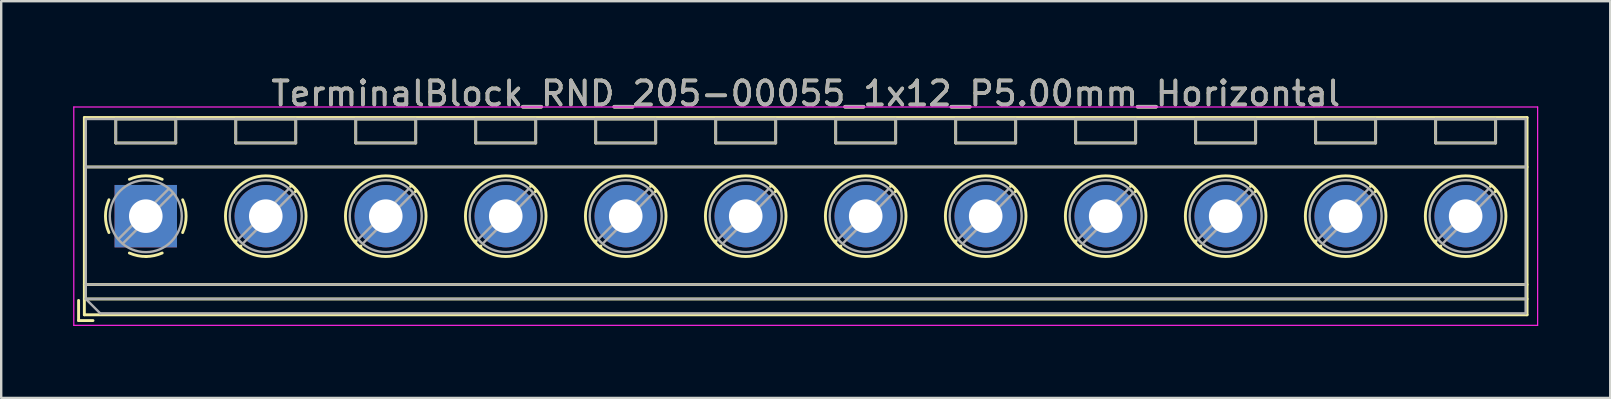
<source format=kicad_pcb>
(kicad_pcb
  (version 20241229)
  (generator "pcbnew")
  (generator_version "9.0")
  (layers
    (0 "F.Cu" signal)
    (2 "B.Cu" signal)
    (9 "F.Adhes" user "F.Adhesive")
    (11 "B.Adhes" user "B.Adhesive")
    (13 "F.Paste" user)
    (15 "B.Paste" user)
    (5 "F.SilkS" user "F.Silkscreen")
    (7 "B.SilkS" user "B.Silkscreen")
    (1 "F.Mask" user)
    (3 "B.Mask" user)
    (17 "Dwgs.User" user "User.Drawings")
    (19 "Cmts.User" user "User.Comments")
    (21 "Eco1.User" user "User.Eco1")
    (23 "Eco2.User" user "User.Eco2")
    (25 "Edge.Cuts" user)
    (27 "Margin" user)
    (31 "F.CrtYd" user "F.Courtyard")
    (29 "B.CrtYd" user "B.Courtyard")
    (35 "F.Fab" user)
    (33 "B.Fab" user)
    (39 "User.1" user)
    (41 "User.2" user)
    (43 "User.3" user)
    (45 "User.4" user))
  (footprint "TerminalBlock_RND_205-00055_1x12_P5.00mm_Horizontal"
    (layer "F.Cu")
    (at 3.025 5.958)
    (property "Reference" "TerminalBlock_RND_205-00055_1x12_P5.00mm_Horizontal" (at 27.5 -5.11 0) (layer "F.SilkS") (effects (font (size 1 1) (thickness 0.15))))
    (attr through_hole)
    (fp_line (start -2.8 3.51) (end -2.8 4.35) (stroke (width 0.12) (type solid)) (layer "F.SilkS"))
    (fp_line (start -2.8 4.35) (end -2.2 4.35) (stroke (width 0.12) (type solid)) (layer "F.SilkS"))
    (fp_line (start -2.56 -4.11) (end -2.56 4.11) (stroke (width 0.12) (type solid)) (layer "F.SilkS"))
    (fp_line (start -2.56 -4.11) (end 57.56 -4.11) (stroke (width 0.12) (type solid)) (layer "F.SilkS"))
    (fp_line (start -2.56 -2.05) (end 57.56 -2.05) (stroke (width 0.12) (type solid)) (layer "F.SilkS"))
    (fp_line (start -2.56 2.85) (end 57.56 2.85) (stroke (width 0.12) (type solid)) (layer "F.SilkS"))
    (fp_line (start -2.56 3.45) (end 57.56 3.45) (stroke (width 0.12) (type solid)) (layer "F.SilkS"))
    (fp_line (start -2.56 4.11) (end 57.56 4.11) (stroke (width 0.12) (type solid)) (layer "F.SilkS"))
    (fp_line (start -1.25 -4.05) (end -1.25 -3.05) (stroke (width 0.12) (type solid)) (layer "F.SilkS"))
    (fp_line (start -1.25 -4.05) (end 1.25 -4.05) (stroke (width 0.12) (type solid)) (layer "F.SilkS"))
    (fp_line (start -1.25 -3.05) (end 1.25 -3.05) (stroke (width 0.12) (type solid)) (layer "F.SilkS"))
    (fp_line (start 1.25 -4.05) (end 1.25 -3.05) (stroke (width 0.12) (type solid)) (layer "F.SilkS"))
    (fp_line (start 3.75 -4.05) (end 3.75 -3.05) (stroke (width 0.12) (type solid)) (layer "F.SilkS"))
    (fp_line (start 3.75 -4.05) (end 6.25 -4.05) (stroke (width 0.12) (type solid)) (layer "F.SilkS"))
    (fp_line (start 3.75 -3.05) (end 6.25 -3.05) (stroke (width 0.12) (type solid)) (layer "F.SilkS"))
    (fp_line (start 3.773 1.023) (end 3.726 1.069) (stroke (width 0.12) (type solid)) (layer "F.SilkS"))
    (fp_line (start 3.966 1.239) (end 3.931 1.274) (stroke (width 0.12) (type solid)) (layer "F.SilkS"))
    (fp_line (start 6.07 -1.275) (end 6.035 -1.239) (stroke (width 0.12) (type solid)) (layer "F.SilkS"))
    (fp_line (start 6.25 -4.05) (end 6.25 -3.05) (stroke (width 0.12) (type solid)) (layer "F.SilkS"))
    (fp_line (start 6.275 -1.069) (end 6.228 -1.023) (stroke (width 0.12) (type solid)) (layer "F.SilkS"))
    (fp_line (start 8.75 -4.05) (end 8.75 -3.05) (stroke (width 0.12) (type solid)) (layer "F.SilkS"))
    (fp_line (start 8.75 -4.05) (end 11.25 -4.05) (stroke (width 0.12) (type solid)) (layer "F.SilkS"))
    (fp_line (start 8.75 -3.05) (end 11.25 -3.05) (stroke (width 0.12) (type solid)) (layer "F.SilkS"))
    (fp_line (start 8.773 1.023) (end 8.726 1.069) (stroke (width 0.12) (type solid)) (layer "F.SilkS"))
    (fp_line (start 8.966 1.239) (end 8.931 1.274) (stroke (width 0.12) (type solid)) (layer "F.SilkS"))
    (fp_line (start 11.07 -1.275) (end 11.035 -1.239) (stroke (width 0.12) (type solid)) (layer "F.SilkS"))
    (fp_line (start 11.25 -4.05) (end 11.25 -3.05) (stroke (width 0.12) (type solid)) (layer "F.SilkS"))
    (fp_line (start 11.275 -1.069) (end 11.228 -1.023) (stroke (width 0.12) (type solid)) (layer "F.SilkS"))
    (fp_line (start 13.75 -4.05) (end 13.75 -3.05) (stroke (width 0.12) (type solid)) (layer "F.SilkS"))
    (fp_line (start 13.75 -4.05) (end 16.25 -4.05) (stroke (width 0.12) (type solid)) (layer "F.SilkS"))
    (fp_line (start 13.75 -3.05) (end 16.25 -3.05) (stroke (width 0.12) (type solid)) (layer "F.SilkS"))
    (fp_line (start 13.773 1.023) (end 13.726 1.069) (stroke (width 0.12) (type solid)) (layer "F.SilkS"))
    (fp_line (start 13.966 1.239) (end 13.931 1.274) (stroke (width 0.12) (type solid)) (layer "F.SilkS"))
    (fp_line (start 16.07 -1.275) (end 16.035 -1.239) (stroke (width 0.12) (type solid)) (layer "F.SilkS"))
    (fp_line (start 16.25 -4.05) (end 16.25 -3.05) (stroke (width 0.12) (type solid)) (layer "F.SilkS"))
    (fp_line (start 16.275 -1.069) (end 16.228 -1.023) (stroke (width 0.12) (type solid)) (layer "F.SilkS"))
    (fp_line (start 18.75 -4.05) (end 18.75 -3.05) (stroke (width 0.12) (type solid)) (layer "F.SilkS"))
    (fp_line (start 18.75 -4.05) (end 21.25 -4.05) (stroke (width 0.12) (type solid)) (layer "F.SilkS"))
    (fp_line (start 18.75 -3.05) (end 21.25 -3.05) (stroke (width 0.12) (type solid)) (layer "F.SilkS"))
    (fp_line (start 18.773 1.023) (end 18.726 1.069) (stroke (width 0.12) (type solid)) (layer "F.SilkS"))
    (fp_line (start 18.966 1.239) (end 18.931 1.274) (stroke (width 0.12) (type solid)) (layer "F.SilkS"))
    (fp_line (start 21.07 -1.275) (end 21.035 -1.239) (stroke (width 0.12) (type solid)) (layer "F.SilkS"))
    (fp_line (start 21.25 -4.05) (end 21.25 -3.05) (stroke (width 0.12) (type solid)) (layer "F.SilkS"))
    (fp_line (start 21.275 -1.069) (end 21.228 -1.023) (stroke (width 0.12) (type solid)) (layer "F.SilkS"))
    (fp_line (start 23.75 -4.05) (end 23.75 -3.05) (stroke (width 0.12) (type solid)) (layer "F.SilkS"))
    (fp_line (start 23.75 -4.05) (end 26.25 -4.05) (stroke (width 0.12) (type solid)) (layer "F.SilkS"))
    (fp_line (start 23.75 -3.05) (end 26.25 -3.05) (stroke (width 0.12) (type solid)) (layer "F.SilkS"))
    (fp_line (start 23.773 1.023) (end 23.726 1.069) (stroke (width 0.12) (type solid)) (layer "F.SilkS"))
    (fp_line (start 23.966 1.239) (end 23.931 1.274) (stroke (width 0.12) (type solid)) (layer "F.SilkS"))
    (fp_line (start 26.07 -1.275) (end 26.035 -1.239) (stroke (width 0.12) (type solid)) (layer "F.SilkS"))
    (fp_line (start 26.25 -4.05) (end 26.25 -3.05) (stroke (width 0.12) (type solid)) (layer "F.SilkS"))
    (fp_line (start 26.275 -1.069) (end 26.228 -1.023) (stroke (width 0.12) (type solid)) (layer "F.SilkS"))
    (fp_line (start 28.75 -4.05) (end 28.75 -3.05) (stroke (width 0.12) (type solid)) (layer "F.SilkS"))
    (fp_line (start 28.75 -4.05) (end 31.25 -4.05) (stroke (width 0.12) (type solid)) (layer "F.SilkS"))
    (fp_line (start 28.75 -3.05) (end 31.25 -3.05) (stroke (width 0.12) (type solid)) (layer "F.SilkS"))
    (fp_line (start 28.773 1.023) (end 28.726 1.069) (stroke (width 0.12) (type solid)) (layer "F.SilkS"))
    (fp_line (start 28.966 1.239) (end 28.931 1.274) (stroke (width 0.12) (type solid)) (layer "F.SilkS"))
    (fp_line (start 31.07 -1.275) (end 31.035 -1.239) (stroke (width 0.12) (type solid)) (layer "F.SilkS"))
    (fp_line (start 31.25 -4.05) (end 31.25 -3.05) (stroke (width 0.12) (type solid)) (layer "F.SilkS"))
    (fp_line (start 31.275 -1.069) (end 31.228 -1.023) (stroke (width 0.12) (type solid)) (layer "F.SilkS"))
    (fp_line (start 33.75 -4.05) (end 33.75 -3.05) (stroke (width 0.12) (type solid)) (layer "F.SilkS"))
    (fp_line (start 33.75 -4.05) (end 36.25 -4.05) (stroke (width 0.12) (type solid)) (layer "F.SilkS"))
    (fp_line (start 33.75 -3.05) (end 36.25 -3.05) (stroke (width 0.12) (type solid)) (layer "F.SilkS"))
    (fp_line (start 33.773 1.023) (end 33.726 1.069) (stroke (width 0.12) (type solid)) (layer "F.SilkS"))
    (fp_line (start 33.966 1.239) (end 33.931 1.274) (stroke (width 0.12) (type solid)) (layer "F.SilkS"))
    (fp_line (start 36.07 -1.275) (end 36.035 -1.239) (stroke (width 0.12) (type solid)) (layer "F.SilkS"))
    (fp_line (start 36.25 -4.05) (end 36.25 -3.05) (stroke (width 0.12) (type solid)) (layer "F.SilkS"))
    (fp_line (start 36.275 -1.069) (end 36.228 -1.023) (stroke (width 0.12) (type solid)) (layer "F.SilkS"))
    (fp_line (start 38.75 -4.05) (end 38.75 -3.05) (stroke (width 0.12) (type solid)) (layer "F.SilkS"))
    (fp_line (start 38.75 -4.05) (end 41.25 -4.05) (stroke (width 0.12) (type solid)) (layer "F.SilkS"))
    (fp_line (start 38.75 -3.05) (end 41.25 -3.05) (stroke (width 0.12) (type solid)) (layer "F.SilkS"))
    (fp_line (start 38.773 1.023) (end 38.726 1.069) (stroke (width 0.12) (type solid)) (layer "F.SilkS"))
    (fp_line (start 38.966 1.239) (end 38.931 1.274) (stroke (width 0.12) (type solid)) (layer "F.SilkS"))
    (fp_line (start 41.07 -1.275) (end 41.035 -1.239) (stroke (width 0.12) (type solid)) (layer "F.SilkS"))
    (fp_line (start 41.25 -4.05) (end 41.25 -3.05) (stroke (width 0.12) (type solid)) (layer "F.SilkS"))
    (fp_line (start 41.275 -1.069) (end 41.228 -1.023) (stroke (width 0.12) (type solid)) (layer "F.SilkS"))
    (fp_line (start 43.75 -4.05) (end 43.75 -3.05) (stroke (width 0.12) (type solid)) (layer "F.SilkS"))
    (fp_line (start 43.75 -4.05) (end 46.25 -4.05) (stroke (width 0.12) (type solid)) (layer "F.SilkS"))
    (fp_line (start 43.75 -3.05) (end 46.25 -3.05) (stroke (width 0.12) (type solid)) (layer "F.SilkS"))
    (fp_line (start 43.773 1.023) (end 43.726 1.069) (stroke (width 0.12) (type solid)) (layer "F.SilkS"))
    (fp_line (start 43.966 1.239) (end 43.931 1.274) (stroke (width 0.12) (type solid)) (layer "F.SilkS"))
    (fp_line (start 46.07 -1.275) (end 46.035 -1.239) (stroke (width 0.12) (type solid)) (layer "F.SilkS"))
    (fp_line (start 46.25 -4.05) (end 46.25 -3.05) (stroke (width 0.12) (type solid)) (layer "F.SilkS"))
    (fp_line (start 46.275 -1.069) (end 46.228 -1.023) (stroke (width 0.12) (type solid)) (layer "F.SilkS"))
    (fp_line (start 48.75 -4.05) (end 48.75 -3.05) (stroke (width 0.12) (type solid)) (layer "F.SilkS"))
    (fp_line (start 48.75 -4.05) (end 51.25 -4.05) (stroke (width 0.12) (type solid)) (layer "F.SilkS"))
    (fp_line (start 48.75 -3.05) (end 51.25 -3.05) (stroke (width 0.12) (type solid)) (layer "F.SilkS"))
    (fp_line (start 48.773 1.023) (end 48.726 1.069) (stroke (width 0.12) (type solid)) (layer "F.SilkS"))
    (fp_line (start 48.966 1.239) (end 48.931 1.274) (stroke (width 0.12) (type solid)) (layer "F.SilkS"))
    (fp_line (start 51.07 -1.275) (end 51.035 -1.239) (stroke (width 0.12) (type solid)) (layer "F.SilkS"))
    (fp_line (start 51.25 -4.05) (end 51.25 -3.05) (stroke (width 0.12) (type solid)) (layer "F.SilkS"))
    (fp_line (start 51.275 -1.069) (end 51.228 -1.023) (stroke (width 0.12) (type solid)) (layer "F.SilkS"))
    (fp_line (start 53.75 -4.05) (end 53.75 -3.05) (stroke (width 0.12) (type solid)) (layer "F.SilkS"))
    (fp_line (start 53.75 -4.05) (end 56.25 -4.05) (stroke (width 0.12) (type solid)) (layer "F.SilkS"))
    (fp_line (start 53.75 -3.05) (end 56.25 -3.05) (stroke (width 0.12) (type solid)) (layer "F.SilkS"))
    (fp_line (start 53.773 1.023) (end 53.726 1.069) (stroke (width 0.12) (type solid)) (layer "F.SilkS"))
    (fp_line (start 53.966 1.239) (end 53.931 1.274) (stroke (width 0.12) (type solid)) (layer "F.SilkS"))
    (fp_line (start 56.07 -1.275) (end 56.035 -1.239) (stroke (width 0.12) (type solid)) (layer "F.SilkS"))
    (fp_line (start 56.25 -4.05) (end 56.25 -3.05) (stroke (width 0.12) (type solid)) (layer "F.SilkS"))
    (fp_line (start 56.275 -1.069) (end 56.228 -1.023) (stroke (width 0.12) (type solid)) (layer "F.SilkS"))
    (fp_line (start 57.56 -4.11) (end 57.56 4.11) (stroke (width 0.12) (type solid)) (layer "F.SilkS"))
    (fp_arc (start -1.535427 0.683042) (mid -1.680501 -0.000524) (end -1.535 -0.684) (stroke (width 0.12) (type solid)) (layer "F.SilkS"))
    (fp_arc (start -0.683042 -1.535427) (mid 0.000524 -1.680501) (end 0.684 -1.535) (stroke (width 0.12) (type solid)) (layer "F.SilkS"))
    (fp_arc (start 0.028805 1.680253) (mid -0.335551 1.646659) (end -0.684 1.535) (stroke (width 0.12) (type solid)) (layer "F.SilkS"))
    (fp_arc (start 0.683318 1.534756) (mid 0.349292 1.643288) (end 0 1.68) (stroke (width 0.12) (type solid)) (layer "F.SilkS"))
    (fp_arc (start 1.535427 -0.683042) (mid 1.680501 0.000524) (end 1.535 0.684) (stroke (width 0.12) (type solid)) (layer "F.SilkS"))
    (fp_circle (center 5 0) (end 6.68 0) (stroke (width 0.12) (type solid)) (fill no) (layer "F.SilkS"))
    (fp_circle (center 10 0) (end 11.68 0) (stroke (width 0.12) (type solid)) (fill no) (layer "F.SilkS"))
    (fp_circle (center 15 0) (end 16.68 0) (stroke (width 0.12) (type solid)) (fill no) (layer "F.SilkS"))
    (fp_circle (center 20 0) (end 21.68 0) (stroke (width 0.12) (type solid)) (fill no) (layer "F.SilkS"))
    (fp_circle (center 25 0) (end 26.68 0) (stroke (width 0.12) (type solid)) (fill no) (layer "F.SilkS"))
    (fp_circle (center 30 0) (end 31.68 0) (stroke (width 0.12) (type solid)) (fill no) (layer "F.SilkS"))
    (fp_circle (center 35 0) (end 36.68 0) (stroke (width 0.12) (type solid)) (fill no) (layer "F.SilkS"))
    (fp_circle (center 40 0) (end 41.68 0) (stroke (width 0.12) (type solid)) (fill no) (layer "F.SilkS"))
    (fp_circle (center 45 0) (end 46.68 0) (stroke (width 0.12) (type solid)) (fill no) (layer "F.SilkS"))
    (fp_circle (center 50 0) (end 51.68 0) (stroke (width 0.12) (type solid)) (fill no) (layer "F.SilkS"))
    (fp_circle (center 55 0) (end 56.68 0) (stroke (width 0.12) (type solid)) (fill no) (layer "F.SilkS"))
    (fp_line (start -3 -4.55) (end -3 4.55) (stroke (width 0.05) (type solid)) (layer "F.CrtYd"))
    (fp_line (start -3 4.55) (end 58 4.55) (stroke (width 0.05) (type solid)) (layer "F.CrtYd"))
    (fp_line (start 58 -4.55) (end -3 -4.55) (stroke (width 0.05) (type solid)) (layer "F.CrtYd"))
    (fp_line (start 58 4.55) (end 58 -4.55) (stroke (width 0.05) (type solid)) (layer "F.CrtYd"))
    (fp_line (start -2.5 -4.05) (end 57.5 -4.05) (stroke (width 0.1) (type solid)) (layer "F.Fab"))
    (fp_line (start -2.5 -2.05) (end 57.5 -2.05) (stroke (width 0.1) (type solid)) (layer "F.Fab"))
    (fp_line (start -2.5 2.85) (end 57.5 2.85) (stroke (width 0.1) (type solid)) (layer "F.Fab"))
    (fp_line (start -2.5 3.45) (end -2.5 -4.05) (stroke (width 0.1) (type solid)) (layer "F.Fab"))
    (fp_line (start -2.5 3.45) (end 57.5 3.45) (stroke (width 0.1) (type solid)) (layer "F.Fab"))
    (fp_line (start -1.9 4.05) (end -2.5 3.45) (stroke (width 0.1) (type solid)) (layer "F.Fab"))
    (fp_line (start -1.25 -4.05) (end -1.25 -3.05) (stroke (width 0.1) (type solid)) (layer "F.Fab"))
    (fp_line (start -1.25 -3.05) (end 1.25 -3.05) (stroke (width 0.1) (type solid)) (layer "F.Fab"))
    (fp_line (start 0.955 -1.138) (end -1.138 0.955) (stroke (width 0.1) (type solid)) (layer "F.Fab"))
    (fp_line (start 1.138 -0.955) (end -0.955 1.138) (stroke (width 0.1) (type solid)) (layer "F.Fab"))
    (fp_line (start 1.25 -4.05) (end -1.25 -4.05) (stroke (width 0.1) (type solid)) (layer "F.Fab"))
    (fp_line (start 1.25 -3.05) (end 1.25 -4.05) (stroke (width 0.1) (type solid)) (layer "F.Fab"))
    (fp_line (start 3.75 -4.05) (end 3.75 -3.05) (stroke (width 0.1) (type solid)) (layer "F.Fab"))
    (fp_line (start 3.75 -3.05) (end 6.25 -3.05) (stroke (width 0.1) (type solid)) (layer "F.Fab"))
    (fp_line (start 5.955 -1.138) (end 3.863 0.955) (stroke (width 0.1) (type solid)) (layer "F.Fab"))
    (fp_line (start 6.138 -0.955) (end 4.046 1.138) (stroke (width 0.1) (type solid)) (layer "F.Fab"))
    (fp_line (start 6.25 -4.05) (end 3.75 -4.05) (stroke (width 0.1) (type solid)) (layer "F.Fab"))
    (fp_line (start 6.25 -3.05) (end 6.25 -4.05) (stroke (width 0.1) (type solid)) (layer "F.Fab"))
    (fp_line (start 8.75 -4.05) (end 8.75 -3.05) (stroke (width 0.1) (type solid)) (layer "F.Fab"))
    (fp_line (start 8.75 -3.05) (end 11.25 -3.05) (stroke (width 0.1) (type solid)) (layer "F.Fab"))
    (fp_line (start 10.955 -1.138) (end 8.863 0.955) (stroke (width 0.1) (type solid)) (layer "F.Fab"))
    (fp_line (start 11.138 -0.955) (end 9.046 1.138) (stroke (width 0.1) (type solid)) (layer "F.Fab"))
    (fp_line (start 11.25 -4.05) (end 8.75 -4.05) (stroke (width 0.1) (type solid)) (layer "F.Fab"))
    (fp_line (start 11.25 -3.05) (end 11.25 -4.05) (stroke (width 0.1) (type solid)) (layer "F.Fab"))
    (fp_line (start 13.75 -4.05) (end 13.75 -3.05) (stroke (width 0.1) (type solid)) (layer "F.Fab"))
    (fp_line (start 13.75 -3.05) (end 16.25 -3.05) (stroke (width 0.1) (type solid)) (layer "F.Fab"))
    (fp_line (start 15.955 -1.138) (end 13.863 0.955) (stroke (width 0.1) (type solid)) (layer "F.Fab"))
    (fp_line (start 16.138 -0.955) (end 14.046 1.138) (stroke (width 0.1) (type solid)) (layer "F.Fab"))
    (fp_line (start 16.25 -4.05) (end 13.75 -4.05) (stroke (width 0.1) (type solid)) (layer "F.Fab"))
    (fp_line (start 16.25 -3.05) (end 16.25 -4.05) (stroke (width 0.1) (type solid)) (layer "F.Fab"))
    (fp_line (start 18.75 -4.05) (end 18.75 -3.05) (stroke (width 0.1) (type solid)) (layer "F.Fab"))
    (fp_line (start 18.75 -3.05) (end 21.25 -3.05) (stroke (width 0.1) (type solid)) (layer "F.Fab"))
    (fp_line (start 20.955 -1.138) (end 18.863 0.955) (stroke (width 0.1) (type solid)) (layer "F.Fab"))
    (fp_line (start 21.138 -0.955) (end 19.046 1.138) (stroke (width 0.1) (type solid)) (layer "F.Fab"))
    (fp_line (start 21.25 -4.05) (end 18.75 -4.05) (stroke (width 0.1) (type solid)) (layer "F.Fab"))
    (fp_line (start 21.25 -3.05) (end 21.25 -4.05) (stroke (width 0.1) (type solid)) (layer "F.Fab"))
    (fp_line (start 23.75 -4.05) (end 23.75 -3.05) (stroke (width 0.1) (type solid)) (layer "F.Fab"))
    (fp_line (start 23.75 -3.05) (end 26.25 -3.05) (stroke (width 0.1) (type solid)) (layer "F.Fab"))
    (fp_line (start 25.955 -1.138) (end 23.863 0.955) (stroke (width 0.1) (type solid)) (layer "F.Fab"))
    (fp_line (start 26.138 -0.955) (end 24.046 1.138) (stroke (width 0.1) (type solid)) (layer "F.Fab"))
    (fp_line (start 26.25 -4.05) (end 23.75 -4.05) (stroke (width 0.1) (type solid)) (layer "F.Fab"))
    (fp_line (start 26.25 -3.05) (end 26.25 -4.05) (stroke (width 0.1) (type solid)) (layer "F.Fab"))
    (fp_line (start 28.75 -4.05) (end 28.75 -3.05) (stroke (width 0.1) (type solid)) (layer "F.Fab"))
    (fp_line (start 28.75 -3.05) (end 31.25 -3.05) (stroke (width 0.1) (type solid)) (layer "F.Fab"))
    (fp_line (start 30.955 -1.138) (end 28.863 0.955) (stroke (width 0.1) (type solid)) (layer "F.Fab"))
    (fp_line (start 31.138 -0.955) (end 29.046 1.138) (stroke (width 0.1) (type solid)) (layer "F.Fab"))
    (fp_line (start 31.25 -4.05) (end 28.75 -4.05) (stroke (width 0.1) (type solid)) (layer "F.Fab"))
    (fp_line (start 31.25 -3.05) (end 31.25 -4.05) (stroke (width 0.1) (type solid)) (layer "F.Fab"))
    (fp_line (start 33.75 -4.05) (end 33.75 -3.05) (stroke (width 0.1) (type solid)) (layer "F.Fab"))
    (fp_line (start 33.75 -3.05) (end 36.25 -3.05) (stroke (width 0.1) (type solid)) (layer "F.Fab"))
    (fp_line (start 35.955 -1.138) (end 33.863 0.955) (stroke (width 0.1) (type solid)) (layer "F.Fab"))
    (fp_line (start 36.138 -0.955) (end 34.046 1.138) (stroke (width 0.1) (type solid)) (layer "F.Fab"))
    (fp_line (start 36.25 -4.05) (end 33.75 -4.05) (stroke (width 0.1) (type solid)) (layer "F.Fab"))
    (fp_line (start 36.25 -3.05) (end 36.25 -4.05) (stroke (width 0.1) (type solid)) (layer "F.Fab"))
    (fp_line (start 38.75 -4.05) (end 38.75 -3.05) (stroke (width 0.1) (type solid)) (layer "F.Fab"))
    (fp_line (start 38.75 -3.05) (end 41.25 -3.05) (stroke (width 0.1) (type solid)) (layer "F.Fab"))
    (fp_line (start 40.955 -1.138) (end 38.863 0.955) (stroke (width 0.1) (type solid)) (layer "F.Fab"))
    (fp_line (start 41.138 -0.955) (end 39.046 1.138) (stroke (width 0.1) (type solid)) (layer "F.Fab"))
    (fp_line (start 41.25 -4.05) (end 38.75 -4.05) (stroke (width 0.1) (type solid)) (layer "F.Fab"))
    (fp_line (start 41.25 -3.05) (end 41.25 -4.05) (stroke (width 0.1) (type solid)) (layer "F.Fab"))
    (fp_line (start 43.75 -4.05) (end 43.75 -3.05) (stroke (width 0.1) (type solid)) (layer "F.Fab"))
    (fp_line (start 43.75 -3.05) (end 46.25 -3.05) (stroke (width 0.1) (type solid)) (layer "F.Fab"))
    (fp_line (start 45.955 -1.138) (end 43.863 0.955) (stroke (width 0.1) (type solid)) (layer "F.Fab"))
    (fp_line (start 46.138 -0.955) (end 44.046 1.138) (stroke (width 0.1) (type solid)) (layer "F.Fab"))
    (fp_line (start 46.25 -4.05) (end 43.75 -4.05) (stroke (width 0.1) (type solid)) (layer "F.Fab"))
    (fp_line (start 46.25 -3.05) (end 46.25 -4.05) (stroke (width 0.1) (type solid)) (layer "F.Fab"))
    (fp_line (start 48.75 -4.05) (end 48.75 -3.05) (stroke (width 0.1) (type solid)) (layer "F.Fab"))
    (fp_line (start 48.75 -3.05) (end 51.25 -3.05) (stroke (width 0.1) (type solid)) (layer "F.Fab"))
    (fp_line (start 50.955 -1.138) (end 48.863 0.955) (stroke (width 0.1) (type solid)) (layer "F.Fab"))
    (fp_line (start 51.138 -0.955) (end 49.046 1.138) (stroke (width 0.1) (type solid)) (layer "F.Fab"))
    (fp_line (start 51.25 -4.05) (end 48.75 -4.05) (stroke (width 0.1) (type solid)) (layer "F.Fab"))
    (fp_line (start 51.25 -3.05) (end 51.25 -4.05) (stroke (width 0.1) (type solid)) (layer "F.Fab"))
    (fp_line (start 53.75 -4.05) (end 53.75 -3.05) (stroke (width 0.1) (type solid)) (layer "F.Fab"))
    (fp_line (start 53.75 -3.05) (end 56.25 -3.05) (stroke (width 0.1) (type solid)) (layer "F.Fab"))
    (fp_line (start 55.955 -1.138) (end 53.863 0.955) (stroke (width 0.1) (type solid)) (layer "F.Fab"))
    (fp_line (start 56.138 -0.955) (end 54.046 1.138) (stroke (width 0.1) (type solid)) (layer "F.Fab"))
    (fp_line (start 56.25 -4.05) (end 53.75 -4.05) (stroke (width 0.1) (type solid)) (layer "F.Fab"))
    (fp_line (start 56.25 -3.05) (end 56.25 -4.05) (stroke (width 0.1) (type solid)) (layer "F.Fab"))
    (fp_line (start 57.5 -4.05) (end 57.5 4.05) (stroke (width 0.1) (type solid)) (layer "F.Fab"))
    (fp_line (start 57.5 4.05) (end -1.9 4.05) (stroke (width 0.1) (type solid)) (layer "F.Fab"))
    (fp_circle (center 0 0) (end 1.5 0) (stroke (width 0.1) (type solid)) (fill no) (layer "F.Fab"))
    (fp_circle (center 5 0) (end 6.5 0) (stroke (width 0.1) (type solid)) (fill no) (layer "F.Fab"))
    (fp_circle (center 10 0) (end 11.5 0) (stroke (width 0.1) (type solid)) (fill no) (layer "F.Fab"))
    (fp_circle (center 15 0) (end 16.5 0) (stroke (width 0.1) (type solid)) (fill no) (layer "F.Fab"))
    (fp_circle (center 20 0) (end 21.5 0) (stroke (width 0.1) (type solid)) (fill no) (layer "F.Fab"))
    (fp_circle (center 25 0) (end 26.5 0) (stroke (width 0.1) (type solid)) (fill no) (layer "F.Fab"))
    (fp_circle (center 30 0) (end 31.5 0) (stroke (width 0.1) (type solid)) (fill no) (layer "F.Fab"))
    (fp_circle (center 35 0) (end 36.5 0) (stroke (width 0.1) (type solid)) (fill no) (layer "F.Fab"))
    (fp_circle (center 40 0) (end 41.5 0) (stroke (width 0.1) (type solid)) (fill no) (layer "F.Fab"))
    (fp_circle (center 45 0) (end 46.5 0) (stroke (width 0.1) (type solid)) (fill no) (layer "F.Fab"))
    (fp_circle (center 50 0) (end 51.5 0) (stroke (width 0.1) (type solid)) (fill no) (layer "F.Fab"))
    (fp_circle (center 55 0) (end 56.5 0) (stroke (width 0.1) (type solid)) (fill no) (layer "F.Fab"))
    (fp_text user "${REFERENCE}" (at 27.5 -5.11 0) (layer "F.Fab") (effects (font (size 1 1) (thickness 0.15))))
    (pad "1" thru_hole rect (at 0 0) (size 2.6 2.6) (drill 1.4) (layers "*.Cu" "*.Mask"))
    (pad "2" thru_hole circle (at 5 0) (size 2.6 2.6) (drill 1.4) (layers "*.Cu" "*.Mask"))
    (pad "3" thru_hole circle (at 10 0) (size 2.6 2.6) (drill 1.4) (layers "*.Cu" "*.Mask"))
    (pad "4" thru_hole circle (at 15 0) (size 2.6 2.6) (drill 1.4) (layers "*.Cu" "*.Mask"))
    (pad "5" thru_hole circle (at 20 0) (size 2.6 2.6) (drill 1.4) (layers "*.Cu" "*.Mask"))
    (pad "6" thru_hole circle (at 25 0) (size 2.6 2.6) (drill 1.4) (layers "*.Cu" "*.Mask"))
    (pad "7" thru_hole circle (at 30 0) (size 2.6 2.6) (drill 1.4) (layers "*.Cu" "*.Mask"))
    (pad "8" thru_hole circle (at 35 0) (size 2.6 2.6) (drill 1.4) (layers "*.Cu" "*.Mask"))
    (pad "9" thru_hole circle (at 40 0) (size 2.6 2.6) (drill 1.4) (layers "*.Cu" "*.Mask"))
    (pad "10" thru_hole circle (at 45 0) (size 2.6 2.6) (drill 1.4) (layers "*.Cu" "*.Mask"))
    (pad "11" thru_hole circle (at 50 0) (size 2.6 2.6) (drill 1.4) (layers "*.Cu" "*.Mask"))
    (pad "12" thru_hole circle (at 55 0) (size 2.6 2.6) (drill 1.4) (layers "*.Cu" "*.Mask")))
  (gr_rect
    (start -3 -3)
    (end 64.05 13.533)
    (stroke (width 0.1) (type default))
    (fill no)
    (layer "Edge.Cuts")))
</source>
